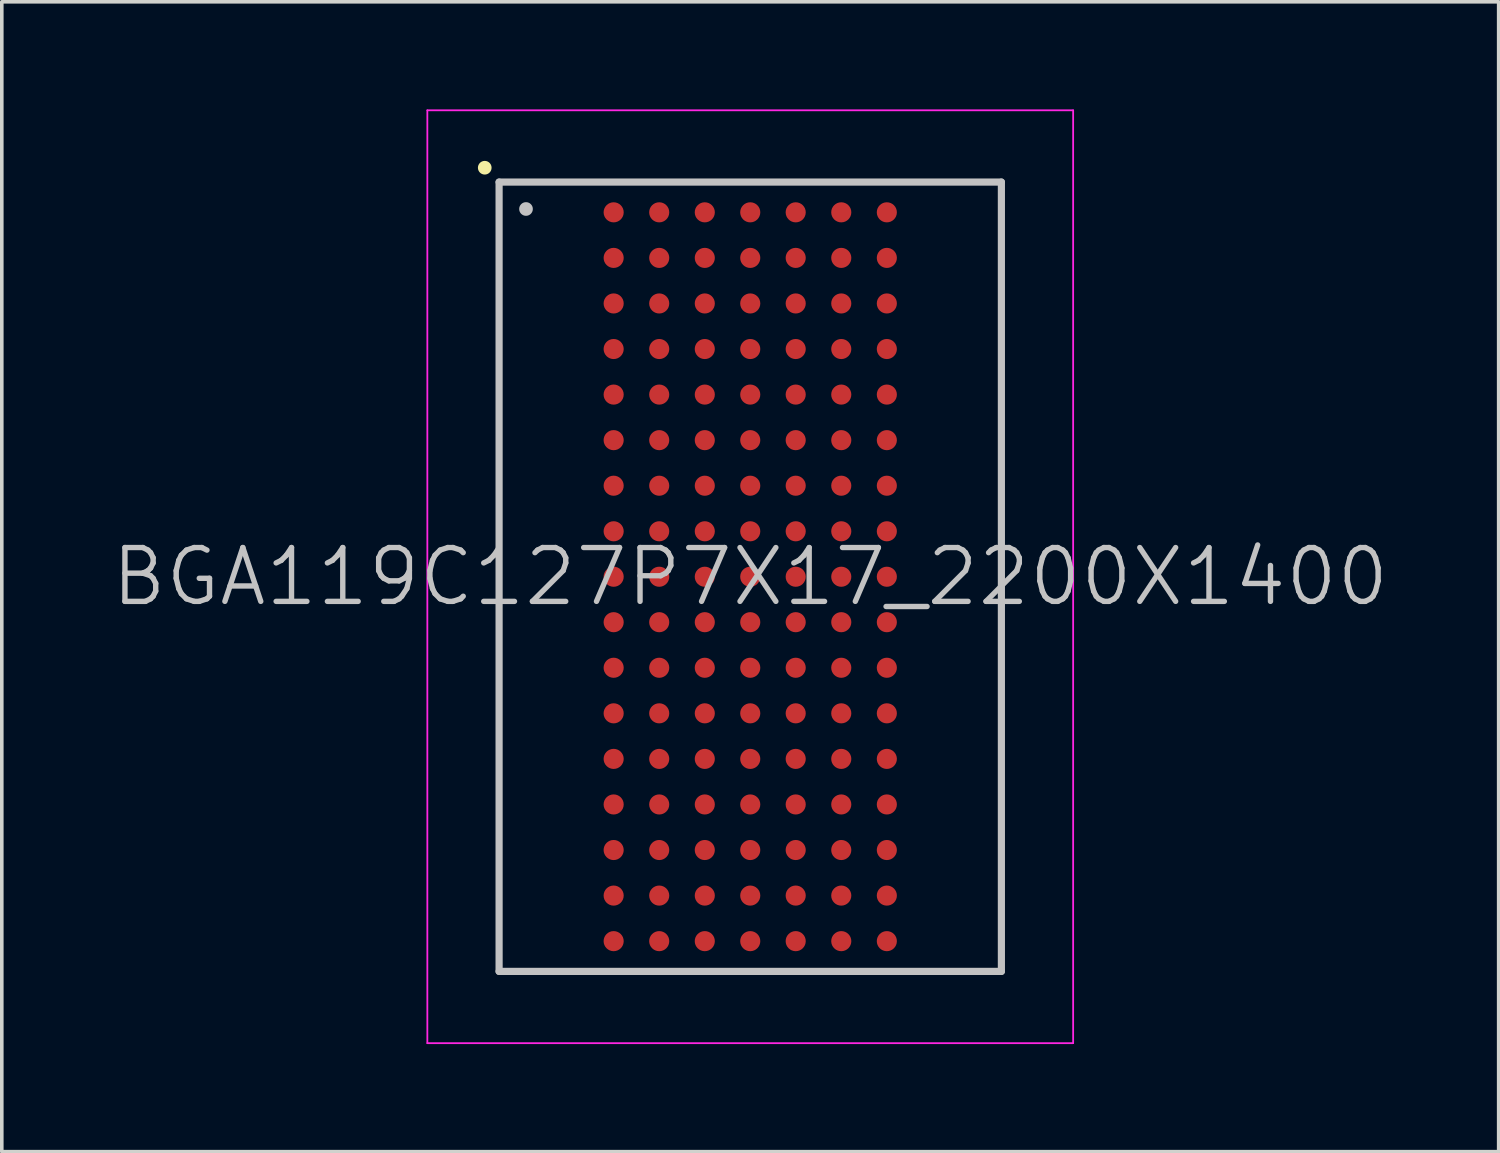
<source format=kicad_pcb>
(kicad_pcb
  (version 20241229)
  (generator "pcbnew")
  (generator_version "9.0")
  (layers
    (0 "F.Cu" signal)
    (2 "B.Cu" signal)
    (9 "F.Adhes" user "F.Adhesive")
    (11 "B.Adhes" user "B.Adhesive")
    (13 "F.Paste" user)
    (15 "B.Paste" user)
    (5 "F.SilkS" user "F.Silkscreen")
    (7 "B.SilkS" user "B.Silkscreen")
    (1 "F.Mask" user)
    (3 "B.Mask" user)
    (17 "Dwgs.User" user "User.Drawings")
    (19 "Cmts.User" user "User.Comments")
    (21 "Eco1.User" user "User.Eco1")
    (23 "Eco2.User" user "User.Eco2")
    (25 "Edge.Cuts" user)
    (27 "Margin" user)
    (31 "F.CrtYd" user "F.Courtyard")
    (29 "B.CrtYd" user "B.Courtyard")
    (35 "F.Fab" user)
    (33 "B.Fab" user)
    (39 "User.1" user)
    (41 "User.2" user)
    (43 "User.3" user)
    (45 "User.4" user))
  (footprint "BGA119C127P7X17_2200X1400"
    (layer "F.Cu")
    (at 17.861 13.025)
    (property "Reference" "BGA119C127P7X17_2200X1400" (at 0 0 0) (layer "Dwgs.User") (effects (font (size 1.5 1.5) (thickness 0.15))))
    (attr smd)
    (fp_line (start -7.4 -11.4) (end -7.4 -11.4) (stroke (width 0.381) (type solid)) (layer "F.SilkS"))
    (fp_line (start -7 -11) (end -7 11) (stroke (width 0.2) (type solid)) (layer "Dwgs.User"))
    (fp_line (start -7 -11) (end 7 -11) (stroke (width 0.2) (type solid)) (layer "Dwgs.User"))
    (fp_line (start -7 11) (end 7 11) (stroke (width 0.2) (type solid)) (layer "Dwgs.User"))
    (fp_line (start -6.25 -10.25) (end -6.25 -10.25) (stroke (width 0.381) (type solid)) (layer "Dwgs.User"))
    (fp_line (start 7 -11) (end 7 11) (stroke (width 0.2) (type solid)) (layer "Dwgs.User"))
    (fp_line (start -9 -13) (end -9 13) (stroke (width 0.05) (type solid)) (layer "F.CrtYd"))
    (fp_line (start -9 -13) (end 9 -13) (stroke (width 0.05) (type solid)) (layer "F.CrtYd"))
    (fp_line (start -9 13) (end 9 13) (stroke (width 0.05) (type solid)) (layer "F.CrtYd"))
    (fp_line (start 9 -13) (end 9 13) (stroke (width 0.05) (type solid)) (layer "F.CrtYd"))
    (pad "A1" smd circle (at -3.807 -10.157 270) (size 0.56 0.56) (layers "F.Cu" "F.Mask" "F.Paste"))
    (pad "A2" smd circle (at -2.537 -10.157 270) (size 0.56 0.56) (layers "F.Cu" "F.Mask" "F.Paste"))
    (pad "A3" smd circle (at -1.267 -10.157 270) (size 0.56 0.56) (layers "F.Cu" "F.Mask" "F.Paste"))
    (pad "A4" smd circle (at 0 -10.157 270) (size 0.56 0.56) (layers "F.Cu" "F.Mask" "F.Paste"))
    (pad "A5" smd circle (at 1.267 -10.157 270) (size 0.56 0.56) (layers "F.Cu" "F.Mask" "F.Paste"))
    (pad "A6" smd circle (at 2.537 -10.157 270) (size 0.56 0.56) (layers "F.Cu" "F.Mask" "F.Paste"))
    (pad "A7" smd circle (at 3.807 -10.157 270) (size 0.56 0.56) (layers "F.Cu" "F.Mask" "F.Paste"))
    (pad "B1" smd circle (at -3.807 -8.887 270) (size 0.56 0.56) (layers "F.Cu" "F.Mask" "F.Paste"))
    (pad "B2" smd circle (at -2.537 -8.887 270) (size 0.56 0.56) (layers "F.Cu" "F.Mask" "F.Paste"))
    (pad "B3" smd circle (at -1.267 -8.887 270) (size 0.56 0.56) (layers "F.Cu" "F.Mask" "F.Paste"))
    (pad "B4" smd circle (at 0 -8.887 270) (size 0.56 0.56) (layers "F.Cu" "F.Mask" "F.Paste"))
    (pad "B5" smd circle (at 1.267 -8.887 270) (size 0.56 0.56) (layers "F.Cu" "F.Mask" "F.Paste"))
    (pad "B6" smd circle (at 2.537 -8.887 270) (size 0.56 0.56) (layers "F.Cu" "F.Mask" "F.Paste"))
    (pad "B7" smd circle (at 3.807 -8.887 270) (size 0.56 0.56) (layers "F.Cu" "F.Mask" "F.Paste"))
    (pad "C1" smd circle (at -3.807 -7.617 270) (size 0.56 0.56) (layers "F.Cu" "F.Mask" "F.Paste"))
    (pad "C2" smd circle (at -2.537 -7.617 270) (size 0.56 0.56) (layers "F.Cu" "F.Mask" "F.Paste"))
    (pad "C3" smd circle (at -1.267 -7.617 270) (size 0.56 0.56) (layers "F.Cu" "F.Mask" "F.Paste"))
    (pad "C4" smd circle (at 0 -7.617 270) (size 0.56 0.56) (layers "F.Cu" "F.Mask" "F.Paste"))
    (pad "C5" smd circle (at 1.267 -7.617 270) (size 0.56 0.56) (layers "F.Cu" "F.Mask" "F.Paste"))
    (pad "C6" smd circle (at 2.537 -7.617 270) (size 0.56 0.56) (layers "F.Cu" "F.Mask" "F.Paste"))
    (pad "C7" smd circle (at 3.807 -7.617 270) (size 0.56 0.56) (layers "F.Cu" "F.Mask" "F.Paste"))
    (pad "D1" smd circle (at -3.807 -6.347 270) (size 0.56 0.56) (layers "F.Cu" "F.Mask" "F.Paste"))
    (pad "D2" smd circle (at -2.537 -6.347 270) (size 0.56 0.56) (layers "F.Cu" "F.Mask" "F.Paste"))
    (pad "D3" smd circle (at -1.267 -6.347 270) (size 0.56 0.56) (layers "F.Cu" "F.Mask" "F.Paste"))
    (pad "D4" smd circle (at 0 -6.347 270) (size 0.56 0.56) (layers "F.Cu" "F.Mask" "F.Paste"))
    (pad "D5" smd circle (at 1.267 -6.347 270) (size 0.56 0.56) (layers "F.Cu" "F.Mask" "F.Paste"))
    (pad "D6" smd circle (at 2.537 -6.347 270) (size 0.56 0.56) (layers "F.Cu" "F.Mask" "F.Paste"))
    (pad "D7" smd circle (at 3.807 -6.347 270) (size 0.56 0.56) (layers "F.Cu" "F.Mask" "F.Paste"))
    (pad "E1" smd circle (at -3.807 -5.077 270) (size 0.56 0.56) (layers "F.Cu" "F.Mask" "F.Paste"))
    (pad "E2" smd circle (at -2.537 -5.077 270) (size 0.56 0.56) (layers "F.Cu" "F.Mask" "F.Paste"))
    (pad "E3" smd circle (at -1.267 -5.077 270) (size 0.56 0.56) (layers "F.Cu" "F.Mask" "F.Paste"))
    (pad "E4" smd circle (at 0 -5.077 270) (size 0.56 0.56) (layers "F.Cu" "F.Mask" "F.Paste"))
    (pad "E5" smd circle (at 1.267 -5.077 270) (size 0.56 0.56) (layers "F.Cu" "F.Mask" "F.Paste"))
    (pad "E6" smd circle (at 2.537 -5.077 270) (size 0.56 0.56) (layers "F.Cu" "F.Mask" "F.Paste"))
    (pad "E7" smd circle (at 3.807 -5.077 270) (size 0.56 0.56) (layers "F.Cu" "F.Mask" "F.Paste"))
    (pad "F1" smd circle (at -3.807 -3.807 270) (size 0.56 0.56) (layers "F.Cu" "F.Mask" "F.Paste"))
    (pad "F2" smd circle (at -2.537 -3.807 270) (size 0.56 0.56) (layers "F.Cu" "F.Mask" "F.Paste"))
    (pad "F3" smd circle (at -1.267 -3.807 270) (size 0.56 0.56) (layers "F.Cu" "F.Mask" "F.Paste"))
    (pad "F4" smd circle (at 0 -3.807 270) (size 0.56 0.56) (layers "F.Cu" "F.Mask" "F.Paste"))
    (pad "F5" smd circle (at 1.267 -3.807 270) (size 0.56 0.56) (layers "F.Cu" "F.Mask" "F.Paste"))
    (pad "F6" smd circle (at 2.537 -3.807 270) (size 0.56 0.56) (layers "F.Cu" "F.Mask" "F.Paste"))
    (pad "F7" smd circle (at 3.807 -3.807 270) (size 0.56 0.56) (layers "F.Cu" "F.Mask" "F.Paste"))
    (pad "G1" smd circle (at -3.807 -2.537 270) (size 0.56 0.56) (layers "F.Cu" "F.Mask" "F.Paste"))
    (pad "G2" smd circle (at -2.537 -2.537 270) (size 0.56 0.56) (layers "F.Cu" "F.Mask" "F.Paste"))
    (pad "G3" smd circle (at -1.267 -2.537 270) (size 0.56 0.56) (layers "F.Cu" "F.Mask" "F.Paste"))
    (pad "G4" smd circle (at 0 -2.537 270) (size 0.56 0.56) (layers "F.Cu" "F.Mask" "F.Paste"))
    (pad "G5" smd circle (at 1.267 -2.537 270) (size 0.56 0.56) (layers "F.Cu" "F.Mask" "F.Paste"))
    (pad "G6" smd circle (at 2.537 -2.537 270) (size 0.56 0.56) (layers "F.Cu" "F.Mask" "F.Paste"))
    (pad "G7" smd circle (at 3.807 -2.537 270) (size 0.56 0.56) (layers "F.Cu" "F.Mask" "F.Paste"))
    (pad "H1" smd circle (at -3.807 -1.267 270) (size 0.56 0.56) (layers "F.Cu" "F.Mask" "F.Paste"))
    (pad "H2" smd circle (at -2.537 -1.267 270) (size 0.56 0.56) (layers "F.Cu" "F.Mask" "F.Paste"))
    (pad "H3" smd circle (at -1.267 -1.267 270) (size 0.56 0.56) (layers "F.Cu" "F.Mask" "F.Paste"))
    (pad "H4" smd circle (at 0 -1.267 270) (size 0.56 0.56) (layers "F.Cu" "F.Mask" "F.Paste"))
    (pad "H5" smd circle (at 1.267 -1.267 270) (size 0.56 0.56) (layers "F.Cu" "F.Mask" "F.Paste"))
    (pad "H6" smd circle (at 2.537 -1.267 270) (size 0.56 0.56) (layers "F.Cu" "F.Mask" "F.Paste"))
    (pad "H7" smd circle (at 3.807 -1.267 270) (size 0.56 0.56) (layers "F.Cu" "F.Mask" "F.Paste"))
    (pad "J1" smd circle (at -3.807 0 270) (size 0.56 0.56) (layers "F.Cu" "F.Mask" "F.Paste"))
    (pad "J2" smd circle (at -2.537 0 270) (size 0.56 0.56) (layers "F.Cu" "F.Mask" "F.Paste"))
    (pad "J3" smd circle (at -1.267 0 270) (size 0.56 0.56) (layers "F.Cu" "F.Mask" "F.Paste"))
    (pad "J4" smd circle (at 0 0 270) (size 0.56 0.56) (layers "F.Cu" "F.Mask" "F.Paste"))
    (pad "J5" smd circle (at 1.267 0 270) (size 0.56 0.56) (layers "F.Cu" "F.Mask" "F.Paste"))
    (pad "J6" smd circle (at 2.537 0 270) (size 0.56 0.56) (layers "F.Cu" "F.Mask" "F.Paste"))
    (pad "J7" smd circle (at 3.807 0 270) (size 0.56 0.56) (layers "F.Cu" "F.Mask" "F.Paste"))
    (pad "K1" smd circle (at -3.807 1.267 270) (size 0.56 0.56) (layers "F.Cu" "F.Mask" "F.Paste"))
    (pad "K2" smd circle (at -2.537 1.267 270) (size 0.56 0.56) (layers "F.Cu" "F.Mask" "F.Paste"))
    (pad "K3" smd circle (at -1.267 1.267 270) (size 0.56 0.56) (layers "F.Cu" "F.Mask" "F.Paste"))
    (pad "K4" smd circle (at 0 1.267 270) (size 0.56 0.56) (layers "F.Cu" "F.Mask" "F.Paste"))
    (pad "K5" smd circle (at 1.267 1.267 270) (size 0.56 0.56) (layers "F.Cu" "F.Mask" "F.Paste"))
    (pad "K6" smd circle (at 2.537 1.267 270) (size 0.56 0.56) (layers "F.Cu" "F.Mask" "F.Paste"))
    (pad "K7" smd circle (at 3.807 1.267 270) (size 0.56 0.56) (layers "F.Cu" "F.Mask" "F.Paste"))
    (pad "L1" smd circle (at -3.807 2.537 270) (size 0.56 0.56) (layers "F.Cu" "F.Mask" "F.Paste"))
    (pad "L2" smd circle (at -2.537 2.537 270) (size 0.56 0.56) (layers "F.Cu" "F.Mask" "F.Paste"))
    (pad "L3" smd circle (at -1.267 2.537 270) (size 0.56 0.56) (layers "F.Cu" "F.Mask" "F.Paste"))
    (pad "L4" smd circle (at 0 2.537 270) (size 0.56 0.56) (layers "F.Cu" "F.Mask" "F.Paste"))
    (pad "L5" smd circle (at 1.267 2.537 270) (size 0.56 0.56) (layers "F.Cu" "F.Mask" "F.Paste"))
    (pad "L6" smd circle (at 2.537 2.537 270) (size 0.56 0.56) (layers "F.Cu" "F.Mask" "F.Paste"))
    (pad "L7" smd circle (at 3.807 2.537 270) (size 0.56 0.56) (layers "F.Cu" "F.Mask" "F.Paste"))
    (pad "M1" smd circle (at -3.807 3.807 270) (size 0.56 0.56) (layers "F.Cu" "F.Mask" "F.Paste"))
    (pad "M2" smd circle (at -2.537 3.807 270) (size 0.56 0.56) (layers "F.Cu" "F.Mask" "F.Paste"))
    (pad "M3" smd circle (at -1.267 3.807 270) (size 0.56 0.56) (layers "F.Cu" "F.Mask" "F.Paste"))
    (pad "M4" smd circle (at 0 3.807 270) (size 0.56 0.56) (layers "F.Cu" "F.Mask" "F.Paste"))
    (pad "M5" smd circle (at 1.267 3.807 270) (size 0.56 0.56) (layers "F.Cu" "F.Mask" "F.Paste"))
    (pad "M6" smd circle (at 2.537 3.807 270) (size 0.56 0.56) (layers "F.Cu" "F.Mask" "F.Paste"))
    (pad "M7" smd circle (at 3.807 3.807 270) (size 0.56 0.56) (layers "F.Cu" "F.Mask" "F.Paste"))
    (pad "N1" smd circle (at -3.807 5.077 270) (size 0.56 0.56) (layers "F.Cu" "F.Mask" "F.Paste"))
    (pad "N2" smd circle (at -2.537 5.077 270) (size 0.56 0.56) (layers "F.Cu" "F.Mask" "F.Paste"))
    (pad "N3" smd circle (at -1.267 5.077 270) (size 0.56 0.56) (layers "F.Cu" "F.Mask" "F.Paste"))
    (pad "N4" smd circle (at 0 5.077 270) (size 0.56 0.56) (layers "F.Cu" "F.Mask" "F.Paste"))
    (pad "N5" smd circle (at 1.267 5.077 270) (size 0.56 0.56) (layers "F.Cu" "F.Mask" "F.Paste"))
    (pad "N6" smd circle (at 2.537 5.077 270) (size 0.56 0.56) (layers "F.Cu" "F.Mask" "F.Paste"))
    (pad "N7" smd circle (at 3.807 5.077 270) (size 0.56 0.56) (layers "F.Cu" "F.Mask" "F.Paste"))
    (pad "P1" smd circle (at -3.807 6.347 270) (size 0.56 0.56) (layers "F.Cu" "F.Mask" "F.Paste"))
    (pad "P2" smd circle (at -2.537 6.347 270) (size 0.56 0.56) (layers "F.Cu" "F.Mask" "F.Paste"))
    (pad "P3" smd circle (at -1.267 6.347 270) (size 0.56 0.56) (layers "F.Cu" "F.Mask" "F.Paste"))
    (pad "P4" smd circle (at 0 6.347 270) (size 0.56 0.56) (layers "F.Cu" "F.Mask" "F.Paste"))
    (pad "P5" smd circle (at 1.267 6.347 270) (size 0.56 0.56) (layers "F.Cu" "F.Mask" "F.Paste"))
    (pad "P6" smd circle (at 2.537 6.347 270) (size 0.56 0.56) (layers "F.Cu" "F.Mask" "F.Paste"))
    (pad "P7" smd circle (at 3.807 6.347 270) (size 0.56 0.56) (layers "F.Cu" "F.Mask" "F.Paste"))
    (pad "R1" smd circle (at -3.807 7.617 270) (size 0.56 0.56) (layers "F.Cu" "F.Mask" "F.Paste"))
    (pad "R2" smd circle (at -2.537 7.617 270) (size 0.56 0.56) (layers "F.Cu" "F.Mask" "F.Paste"))
    (pad "R3" smd circle (at -1.267 7.617 270) (size 0.56 0.56) (layers "F.Cu" "F.Mask" "F.Paste"))
    (pad "R4" smd circle (at 0 7.617 270) (size 0.56 0.56) (layers "F.Cu" "F.Mask" "F.Paste"))
    (pad "R5" smd circle (at 1.267 7.617 270) (size 0.56 0.56) (layers "F.Cu" "F.Mask" "F.Paste"))
    (pad "R6" smd circle (at 2.537 7.617 270) (size 0.56 0.56) (layers "F.Cu" "F.Mask" "F.Paste"))
    (pad "R7" smd circle (at 3.807 7.617 270) (size 0.56 0.56) (layers "F.Cu" "F.Mask" "F.Paste"))
    (pad "T1" smd circle (at -3.807 8.887 270) (size 0.56 0.56) (layers "F.Cu" "F.Mask" "F.Paste"))
    (pad "T2" smd circle (at -2.537 8.887 270) (size 0.56 0.56) (layers "F.Cu" "F.Mask" "F.Paste"))
    (pad "T3" smd circle (at -1.267 8.887 270) (size 0.56 0.56) (layers "F.Cu" "F.Mask" "F.Paste"))
    (pad "T4" smd circle (at 0 8.887 270) (size 0.56 0.56) (layers "F.Cu" "F.Mask" "F.Paste"))
    (pad "T5" smd circle (at 1.267 8.887 270) (size 0.56 0.56) (layers "F.Cu" "F.Mask" "F.Paste"))
    (pad "T6" smd circle (at 2.537 8.887 270) (size 0.56 0.56) (layers "F.Cu" "F.Mask" "F.Paste"))
    (pad "T7" smd circle (at 3.807 8.887 270) (size 0.56 0.56) (layers "F.Cu" "F.Mask" "F.Paste"))
    (pad "U1" smd circle (at -3.807 10.157 270) (size 0.56 0.56) (layers "F.Cu" "F.Mask" "F.Paste"))
    (pad "U2" smd circle (at -2.537 10.157 270) (size 0.56 0.56) (layers "F.Cu" "F.Mask" "F.Paste"))
    (pad "U3" smd circle (at -1.267 10.157 270) (size 0.56 0.56) (layers "F.Cu" "F.Mask" "F.Paste"))
    (pad "U4" smd circle (at 0 10.157 270) (size 0.56 0.56) (layers "F.Cu" "F.Mask" "F.Paste"))
    (pad "U5" smd circle (at 1.267 10.157 270) (size 0.56 0.56) (layers "F.Cu" "F.Mask" "F.Paste"))
    (pad "U6" smd circle (at 2.537 10.157 270) (size 0.56 0.56) (layers "F.Cu" "F.Mask" "F.Paste"))
    (pad "U7" smd circle (at 3.807 10.157 270) (size 0.56 0.56) (layers "F.Cu" "F.Mask" "F.Paste")))
  (gr_rect
    (start -3 -3)
    (end 38.721 29.05)
    (stroke (width 0.1) (type default))
    (fill no)
    (layer "Edge.Cuts")))
</source>
